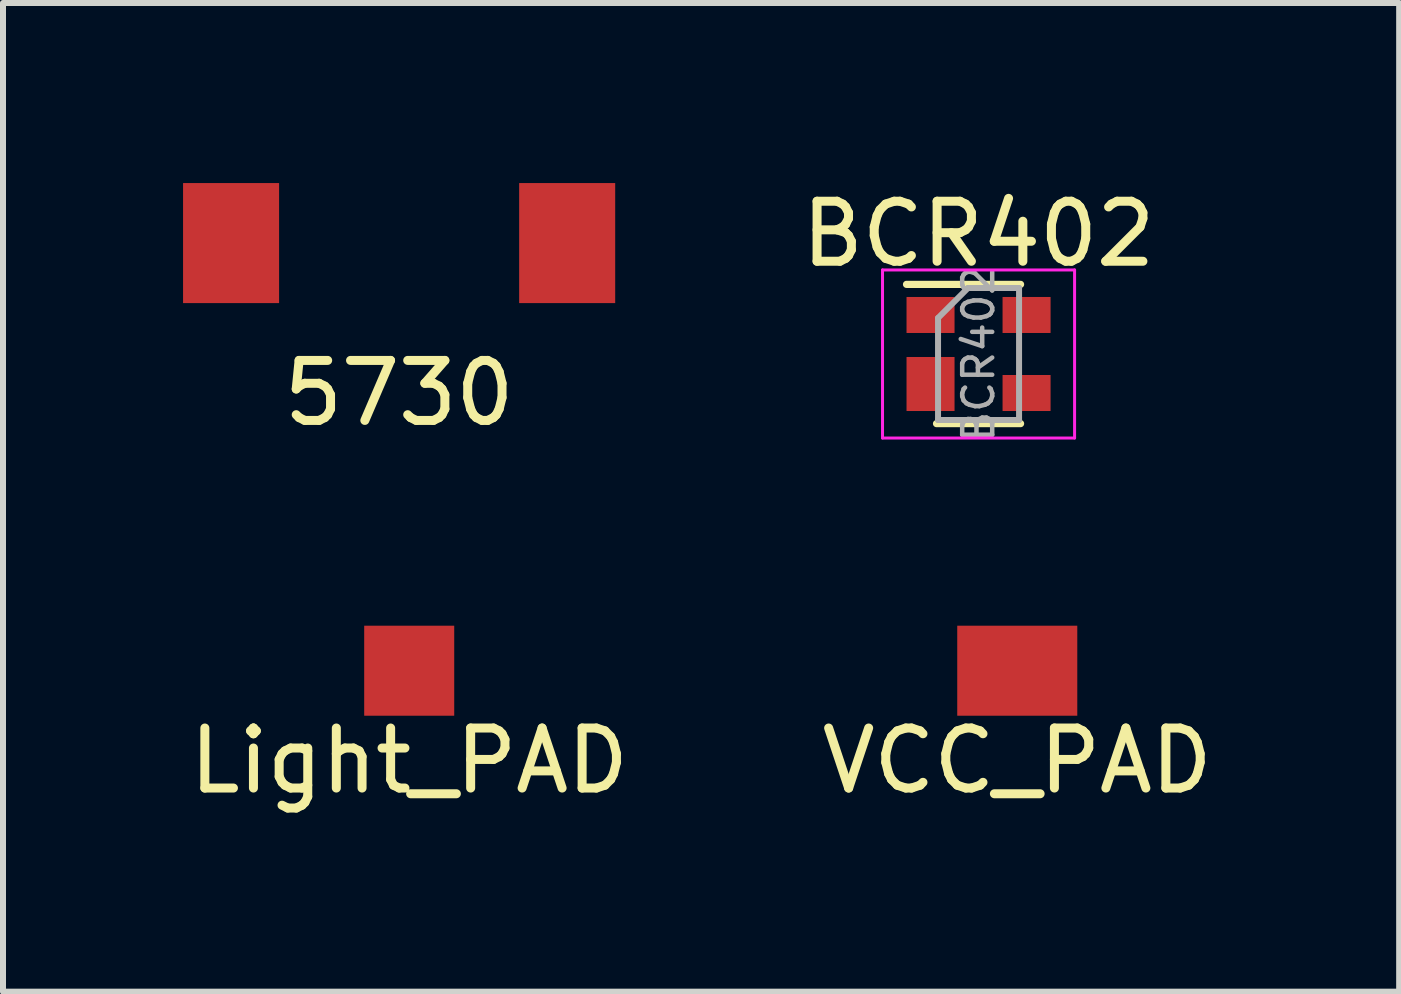
<source format=kicad_pcb>
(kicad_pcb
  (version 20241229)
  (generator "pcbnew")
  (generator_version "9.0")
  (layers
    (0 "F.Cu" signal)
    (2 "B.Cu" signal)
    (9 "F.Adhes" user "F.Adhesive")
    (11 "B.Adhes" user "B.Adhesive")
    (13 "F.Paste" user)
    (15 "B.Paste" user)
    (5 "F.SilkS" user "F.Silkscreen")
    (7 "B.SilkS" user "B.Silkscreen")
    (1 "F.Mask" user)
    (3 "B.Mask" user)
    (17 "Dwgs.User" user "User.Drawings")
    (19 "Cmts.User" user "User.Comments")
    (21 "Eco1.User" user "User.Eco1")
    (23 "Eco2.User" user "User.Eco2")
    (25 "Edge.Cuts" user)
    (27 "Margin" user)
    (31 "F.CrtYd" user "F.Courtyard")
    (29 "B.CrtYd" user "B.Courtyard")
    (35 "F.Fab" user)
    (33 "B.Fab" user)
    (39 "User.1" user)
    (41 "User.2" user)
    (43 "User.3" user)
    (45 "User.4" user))
  (footprint "Light_PAD"
    (layer "F.Cu")
    (at 3.768 8.125)
    (property "Reference" "Light_PAD" (at 0 1.5 0) (layer "F.SilkS") (effects (font (size 1 1) (thickness 0.15))))
    (attr through_hole)
    (pad "1" smd rect (at 0 0) (size 1.5 1.5) (layers "F.Cu" "F.Mask" "F.Paste")))
  (footprint "VCC_PAD"
    (layer "F.Cu")
    (at 13.899 8.125)
    (property "Reference" "VCC_PAD" (at 0 1.5 0) (layer "F.SilkS") (effects (font (size 1 1) (thickness 0.15))))
    (attr through_hole)
    (pad "1" smd rect (at 0 0) (size 2 1.5) (layers "F.Cu" "F.Mask" "F.Paste")))
  (footprint "BCR402"
    (layer "F.Cu")
    (at 13.254 2.848)
    (property "Reference" "BCR402" (at 0 -2 0) (layer "F.SilkS") (effects (font (size 1 1) (thickness 0.15))))
    (attr smd)
    (fp_line (start -0.7 1.16) (end 0.7 1.16) (stroke (width 0.12) (type solid)) (layer "F.SilkS"))
    (fp_line (start 0.7 -1.16) (end -1.2 -1.16) (stroke (width 0.12) (type solid)) (layer "F.SilkS"))
    (fp_line (start -1.6 -1.4) (end -1.6 1.4) (stroke (width 0.05) (type solid)) (layer "F.CrtYd"))
    (fp_line (start -1.6 -1.4) (end 1.6 -1.4) (stroke (width 0.05) (type solid)) (layer "F.CrtYd"))
    (fp_line (start -1.6 1.4) (end 1.6 1.4) (stroke (width 0.05) (type solid)) (layer "F.CrtYd"))
    (fp_line (start 1.6 1.4) (end 1.6 -1.4) (stroke (width 0.05) (type solid)) (layer "F.CrtYd"))
    (fp_line (start -0.675 -0.6) (end -0.675 1.1) (stroke (width 0.1) (type solid)) (layer "F.Fab"))
    (fp_line (start -0.175 -1.1) (end -0.675 -0.6) (stroke (width 0.1) (type solid)) (layer "F.Fab"))
    (fp_line (start 0.675 -1.1) (end -0.175 -1.1) (stroke (width 0.1) (type solid)) (layer "F.Fab"))
    (fp_line (start 0.675 -1.1) (end 0.675 1.1) (stroke (width 0.1) (type solid)) (layer "F.Fab"))
    (fp_line (start 0.675 1.1) (end -0.675 1.1) (stroke (width 0.1) (type solid)) (layer "F.Fab"))
    (fp_text user "${REFERENCE}" (at 0 0 90) (layer "F.Fab") (effects (font (size 0.5 0.5) (thickness 0.075))))
    (pad "1" smd rect (at -0.8 -0.65) (size 0.8 0.6) (layers "F.Cu" "F.Mask" "F.Paste"))
    (pad "2" smd rect (at -0.8 0.5) (size 0.8 0.9) (layers "F.Cu" "F.Mask" "F.Paste"))
    (pad "3" smd rect (at 0.8 0.65) (size 0.8 0.6) (layers "F.Cu" "F.Mask" "F.Paste"))
    (pad "4" smd rect (at 0.8 -0.65) (size 0.8 0.6) (layers "F.Cu" "F.Mask" "F.Paste")))
  (footprint "5730"
    (layer "F.Cu")
    (at 3.6 1)
    (property "Reference" "5730" (at 0 2.5 0) (layer "F.SilkS") (effects (font (size 1 1) (thickness 0.15))))
    (attr through_hole)
    (pad "1" smd rect (at -2.8 0) (size 1.6 2) (layers "F.Cu" "F.Mask" "F.Paste"))
    (pad "2" smd rect (at 2.8 0) (size 1.6 2) (layers "F.Cu" "F.Mask" "F.Paste")))
  (gr_rect
    (start -3 -3)
    (end 20.262 13.473)
    (stroke (width 0.1) (type default))
    (fill no)
    (layer "Edge.Cuts")))
</source>
